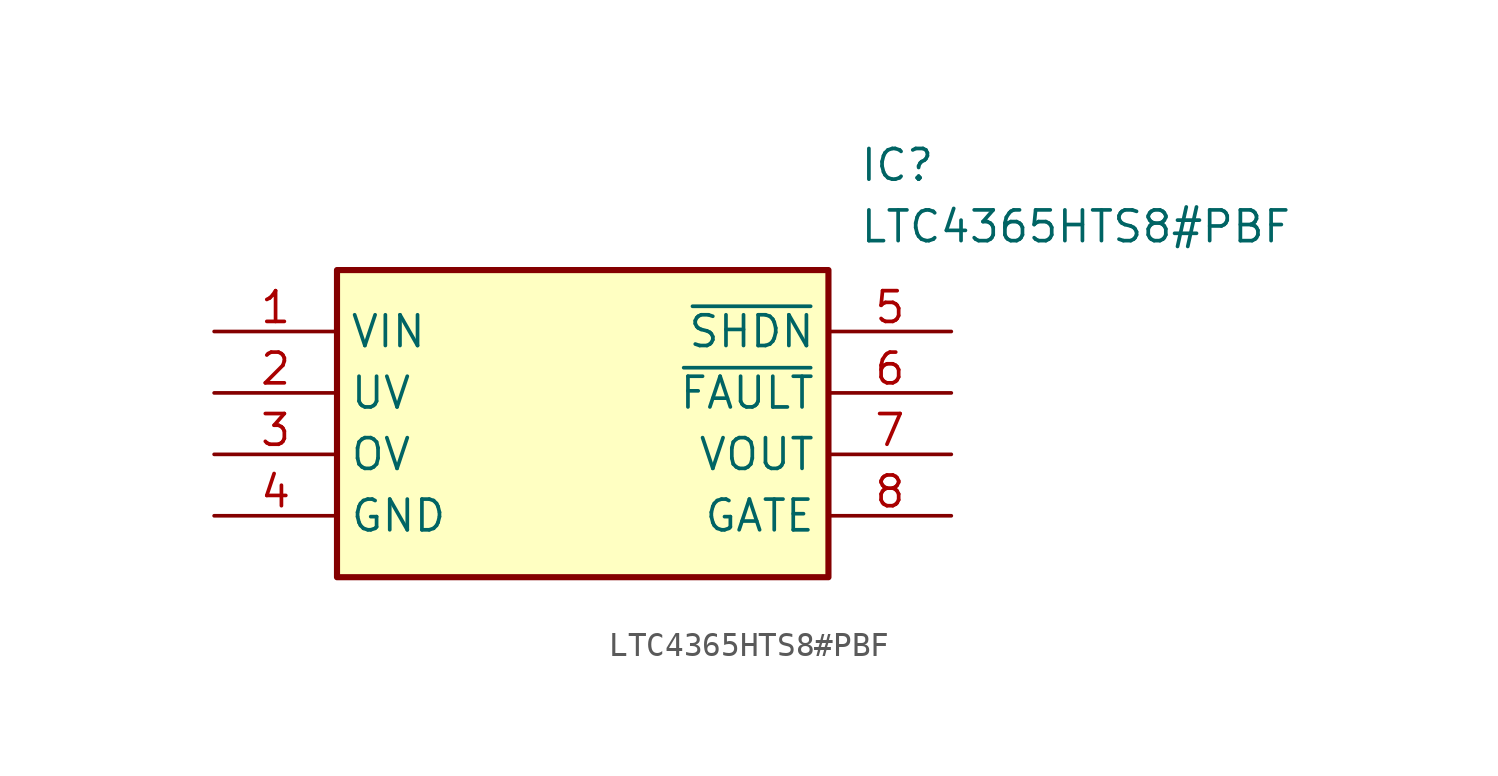
<source format=kicad_sym>
(kicad_symbol_lib
  (version 20211014)
  (generator SamacSys_ECAD_Model)
  (symbol "LTC4365HTS8#PBF"
    (property "Reference" "IC"
      (at 26.67 7.62 0)
      (effects (font (size 1.27 1.27)) (justify left top)))
    (property "Value" "LTC4365HTS8#PBF"
      (at 26.67 5.08 0)
      (effects (font (size 1.27 1.27)) (justify left top)))
    (rectangle
      (start 5.08 2.54)
      (end 25.4 -10.16)
      (stroke (width 0.254) (type default))
      (fill (type background)))
    (pin passive line
      (at 0 0 0)
      (length 5.08)
      (name "VIN" (effects (font (size 1.27 1.27))))
      (number "1" (effects (font (size 1.27 1.27)))))
    (pin passive line
      (at 0 -2.54 0)
      (length 5.08)
      (name "UV" (effects (font (size 1.27 1.27))))
      (number "2" (effects (font (size 1.27 1.27)))))
    (pin passive line
      (at 0 -5.08 0)
      (length 5.08)
      (name "OV" (effects (font (size 1.27 1.27))))
      (number "3" (effects (font (size 1.27 1.27)))))
    (pin passive line
      (at 0 -7.62 0)
      (length 5.08)
      (name "GND" (effects (font (size 1.27 1.27))))
      (number "4" (effects (font (size 1.27 1.27)))))
    (pin passive line
      (at 30.48 0 180)
      (length 5.08)
      (name "~{SHDN}" (effects (font (size 1.27 1.27))))
      (number "5" (effects (font (size 1.27 1.27)))))
    (pin passive line
      (at 30.48 -2.54 180)
      (length 5.08)
      (name "~{FAULT}" (effects (font (size 1.27 1.27))))
      (number "6" (effects (font (size 1.27 1.27)))))
    (pin passive line
      (at 30.48 -5.08 180)
      (length 5.08)
      (name "VOUT" (effects (font (size 1.27 1.27))))
      (number "7" (effects (font (size 1.27 1.27)))))
    (pin passive line
      (at 30.48 -7.62 180)
      (length 5.08)
      (name "GATE" (effects (font (size 1.27 1.27))))
      (number "8" (effects (font (size 1.27 1.27)))))))
</source>
